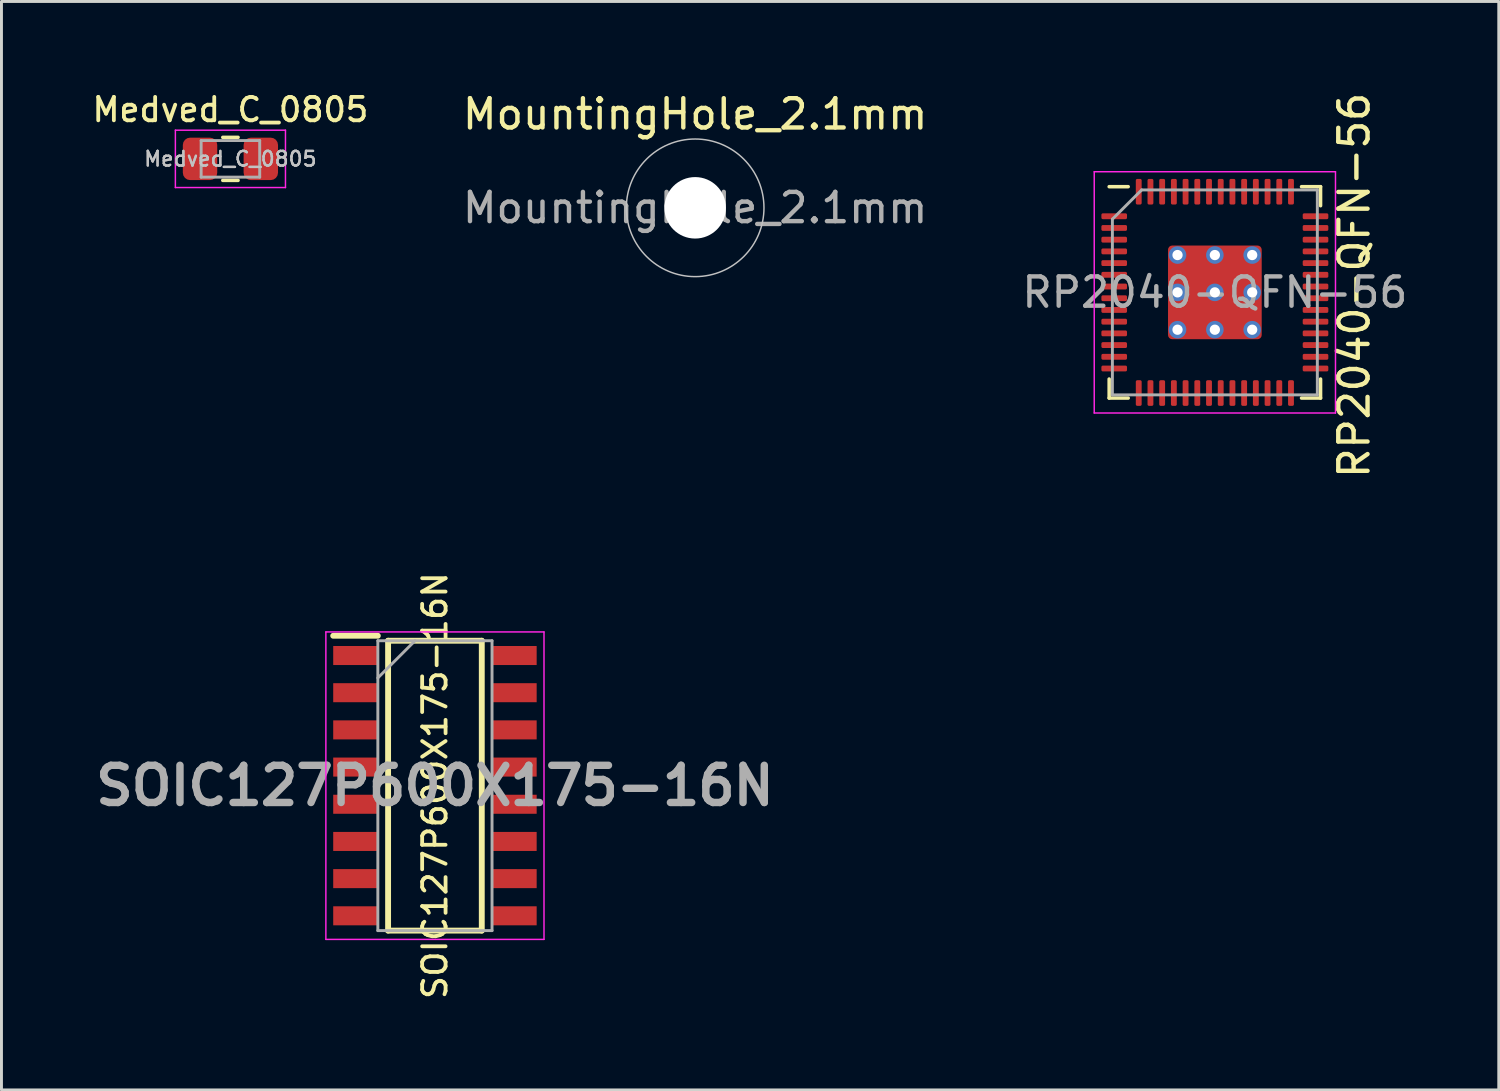
<source format=kicad_pcb>
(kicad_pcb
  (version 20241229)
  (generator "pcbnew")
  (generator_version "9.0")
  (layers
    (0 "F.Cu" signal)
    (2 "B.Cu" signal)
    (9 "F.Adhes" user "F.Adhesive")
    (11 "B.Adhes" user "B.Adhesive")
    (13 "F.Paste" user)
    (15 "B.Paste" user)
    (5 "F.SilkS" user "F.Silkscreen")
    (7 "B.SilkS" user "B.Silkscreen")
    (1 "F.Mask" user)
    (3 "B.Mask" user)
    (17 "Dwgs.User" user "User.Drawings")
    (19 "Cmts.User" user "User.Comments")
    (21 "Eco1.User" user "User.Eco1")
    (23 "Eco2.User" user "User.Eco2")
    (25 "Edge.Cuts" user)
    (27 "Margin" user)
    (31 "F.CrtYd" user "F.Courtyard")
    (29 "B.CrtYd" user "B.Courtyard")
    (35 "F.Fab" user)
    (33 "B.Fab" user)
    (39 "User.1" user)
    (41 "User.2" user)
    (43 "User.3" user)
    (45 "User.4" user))
  (footprint "SOIC127P600X175-16N"
    (layer "F.Cu")
    (at 11.805 23.784)
    (property "Reference" "SOIC127P600X175-16N" (at 0 0 90) (layer "F.SilkS") (effects (font (size 0.8 0.8) (thickness 0.13))))
    (attr smd)
    (fp_line (start -3.475 -5.12) (end -1.95 -5.12) (stroke (width 0.2) (type solid)) (layer "F.SilkS"))
    (fp_line (start -1.6 -4.95) (end 1.6 -4.95) (stroke (width 0.2) (type solid)) (layer "F.SilkS"))
    (fp_line (start -1.6 4.95) (end -1.6 -4.95) (stroke (width 0.2) (type solid)) (layer "F.SilkS"))
    (fp_line (start 1.6 -4.95) (end 1.6 4.95) (stroke (width 0.2) (type solid)) (layer "F.SilkS"))
    (fp_line (start 1.6 4.95) (end -1.6 4.95) (stroke (width 0.2) (type solid)) (layer "F.SilkS"))
    (fp_line (start -3.725 -5.25) (end 3.725 -5.25) (stroke (width 0.05) (type solid)) (layer "F.CrtYd"))
    (fp_line (start -3.725 5.25) (end -3.725 -5.25) (stroke (width 0.05) (type solid)) (layer "F.CrtYd"))
    (fp_line (start 3.725 -5.25) (end 3.725 5.25) (stroke (width 0.05) (type solid)) (layer "F.CrtYd"))
    (fp_line (start 3.725 5.25) (end -3.725 5.25) (stroke (width 0.05) (type solid)) (layer "F.CrtYd"))
    (fp_line (start -1.95 -4.95) (end 1.95 -4.95) (stroke (width 0.1) (type solid)) (layer "F.Fab"))
    (fp_line (start -1.95 -3.68) (end -0.68 -4.95) (stroke (width 0.1) (type solid)) (layer "F.Fab"))
    (fp_line (start -1.95 4.95) (end -1.95 -4.95) (stroke (width 0.1) (type solid)) (layer "F.Fab"))
    (fp_line (start 1.95 -4.95) (end 1.95 4.95) (stroke (width 0.1) (type solid)) (layer "F.Fab"))
    (fp_line (start 1.95 4.95) (end -1.95 4.95) (stroke (width 0.1) (type solid)) (layer "F.Fab"))
    (fp_text user "${REFERENCE}" (at 0 0 0) (layer "F.Fab") (effects (font (size 1.27 1.27) (thickness 0.254))))
    (pad "1" smd rect (at -2.712 -4.445 90) (size 0.65 1.525) (layers "F.Cu" "F.Mask" "F.Paste"))
    (pad "2" smd rect (at -2.712 -3.175 90) (size 0.65 1.525) (layers "F.Cu" "F.Mask" "F.Paste"))
    (pad "3" smd rect (at -2.712 -1.905 90) (size 0.65 1.525) (layers "F.Cu" "F.Mask" "F.Paste"))
    (pad "4" smd rect (at -2.712 -0.635 90) (size 0.65 1.525) (layers "F.Cu" "F.Mask" "F.Paste"))
    (pad "5" smd rect (at -2.712 0.635 90) (size 0.65 1.525) (layers "F.Cu" "F.Mask" "F.Paste"))
    (pad "6" smd rect (at -2.712 1.905 90) (size 0.65 1.525) (layers "F.Cu" "F.Mask" "F.Paste"))
    (pad "7" smd rect (at -2.712 3.175 90) (size 0.65 1.525) (layers "F.Cu" "F.Mask" "F.Paste"))
    (pad "8" smd rect (at -2.712 4.445 90) (size 0.65 1.525) (layers "F.Cu" "F.Mask" "F.Paste"))
    (pad "9" smd rect (at 2.712 4.445 90) (size 0.65 1.525) (layers "F.Cu" "F.Mask" "F.Paste"))
    (pad "10" smd rect (at 2.712 3.175 90) (size 0.65 1.525) (layers "F.Cu" "F.Mask" "F.Paste"))
    (pad "11" smd rect (at 2.712 1.905 90) (size 0.65 1.525) (layers "F.Cu" "F.Mask" "F.Paste"))
    (pad "12" smd rect (at 2.712 0.635 90) (size 0.65 1.525) (layers "F.Cu" "F.Mask" "F.Paste"))
    (pad "13" smd rect (at 2.712 -0.635 90) (size 0.65 1.525) (layers "F.Cu" "F.Mask" "F.Paste"))
    (pad "14" smd rect (at 2.712 -1.905 90) (size 0.65 1.525) (layers "F.Cu" "F.Mask" "F.Paste"))
    (pad "15" smd rect (at 2.712 -3.175 90) (size 0.65 1.525) (layers "F.Cu" "F.Mask" "F.Paste"))
    (pad "16" smd rect (at 2.712 -4.445 90) (size 0.65 1.525) (layers "F.Cu" "F.Mask" "F.Paste")))
  (footprint "RP2040-QFN-56"
    (layer "F.Cu")
    (at 38.443 6.936)
    (property "Reference" "RP2040-QFN-56" (at 4.76 -0.24 90) (layer "F.SilkS") (effects (font (size 1 1) (thickness 0.15))))
    (attr smd)
    (fp_line (start -3.61 3.61) (end -3.61 2.96) (stroke (width 0.12) (type solid)) (layer "F.SilkS"))
    (fp_line (start -2.96 -3.61) (end -3.61 -3.61) (stroke (width 0.12) (type solid)) (layer "F.SilkS"))
    (fp_line (start -2.96 3.61) (end -3.61 3.61) (stroke (width 0.12) (type solid)) (layer "F.SilkS"))
    (fp_line (start 2.96 -3.61) (end 3.61 -3.61) (stroke (width 0.12) (type solid)) (layer "F.SilkS"))
    (fp_line (start 2.96 3.61) (end 3.61 3.61) (stroke (width 0.12) (type solid)) (layer "F.SilkS"))
    (fp_line (start 3.61 -3.61) (end 3.61 -2.96) (stroke (width 0.12) (type solid)) (layer "F.SilkS"))
    (fp_line (start 3.61 3.61) (end 3.61 2.96) (stroke (width 0.12) (type solid)) (layer "F.SilkS"))
    (fp_line (start -4.12 -4.12) (end -4.12 4.12) (stroke (width 0.05) (type solid)) (layer "F.CrtYd"))
    (fp_line (start -4.12 4.12) (end 4.12 4.12) (stroke (width 0.05) (type solid)) (layer "F.CrtYd"))
    (fp_line (start 4.12 -4.12) (end -4.12 -4.12) (stroke (width 0.05) (type solid)) (layer "F.CrtYd"))
    (fp_line (start 4.12 4.12) (end 4.12 -4.12) (stroke (width 0.05) (type solid)) (layer "F.CrtYd"))
    (fp_line (start -3.5 -2.5) (end -2.5 -3.5) (stroke (width 0.1) (type solid)) (layer "F.Fab"))
    (fp_line (start -3.5 3.5) (end -3.5 -2.5) (stroke (width 0.1) (type solid)) (layer "F.Fab"))
    (fp_line (start -2.5 -3.5) (end 3.5 -3.5) (stroke (width 0.1) (type solid)) (layer "F.Fab"))
    (fp_line (start 3.5 -3.5) (end 3.5 3.5) (stroke (width 0.1) (type solid)) (layer "F.Fab"))
    (fp_line (start 3.5 3.5) (end -3.5 3.5) (stroke (width 0.1) (type solid)) (layer "F.Fab"))
    (fp_text user "${REFERENCE}" (at 0 0 0) (layer "F.Fab") (effects (font (size 1 1) (thickness 0.15))))
    (pad "" smd roundrect (at -0.637 -0.637) (size 1.084 1.084) (layers "F.Paste") (roundrect_rratio 0.231))
    (pad "" smd roundrect (at -0.637 0.637) (size 1.084 1.084) (layers "F.Paste") (roundrect_rratio 0.231))
    (pad "" smd roundrect (at 0.637 -0.637) (size 1.084 1.084) (layers "F.Paste") (roundrect_rratio 0.231))
    (pad "" smd roundrect (at 0.637 0.637) (size 1.084 1.084) (layers "F.Paste") (roundrect_rratio 0.231))
    (pad "1" smd roundrect (at -3.438 -2.6) (size 0.875 0.2) (layers "F.Cu" "F.Mask" "F.Paste") (roundrect_rratio 0.25))
    (pad "2" smd roundrect (at -3.438 -2.2) (size 0.875 0.2) (layers "F.Cu" "F.Mask" "F.Paste") (roundrect_rratio 0.25))
    (pad "3" smd roundrect (at -3.438 -1.8) (size 0.875 0.2) (layers "F.Cu" "F.Mask" "F.Paste") (roundrect_rratio 0.25))
    (pad "4" smd roundrect (at -3.438 -1.4) (size 0.875 0.2) (layers "F.Cu" "F.Mask" "F.Paste") (roundrect_rratio 0.25))
    (pad "5" smd roundrect (at -3.438 -1) (size 0.875 0.2) (layers "F.Cu" "F.Mask" "F.Paste") (roundrect_rratio 0.25))
    (pad "6" smd roundrect (at -3.438 -0.6) (size 0.875 0.2) (layers "F.Cu" "F.Mask" "F.Paste") (roundrect_rratio 0.25))
    (pad "7" smd roundrect (at -3.438 -0.2) (size 0.875 0.2) (layers "F.Cu" "F.Mask" "F.Paste") (roundrect_rratio 0.25))
    (pad "8" smd roundrect (at -3.438 0.2) (size 0.875 0.2) (layers "F.Cu" "F.Mask" "F.Paste") (roundrect_rratio 0.25))
    (pad "9" smd roundrect (at -3.438 0.6) (size 0.875 0.2) (layers "F.Cu" "F.Mask" "F.Paste") (roundrect_rratio 0.25))
    (pad "10" smd roundrect (at -3.438 1) (size 0.875 0.2) (layers "F.Cu" "F.Mask" "F.Paste") (roundrect_rratio 0.25))
    (pad "11" smd roundrect (at -3.438 1.4) (size 0.875 0.2) (layers "F.Cu" "F.Mask" "F.Paste") (roundrect_rratio 0.25))
    (pad "12" smd roundrect (at -3.438 1.8) (size 0.875 0.2) (layers "F.Cu" "F.Mask" "F.Paste") (roundrect_rratio 0.25))
    (pad "13" smd roundrect (at -3.438 2.2) (size 0.875 0.2) (layers "F.Cu" "F.Mask" "F.Paste") (roundrect_rratio 0.25))
    (pad "14" smd roundrect (at -3.438 2.6) (size 0.875 0.2) (layers "F.Cu" "F.Mask" "F.Paste") (roundrect_rratio 0.25))
    (pad "15" smd roundrect (at -2.6 3.438) (size 0.2 0.875) (layers "F.Cu" "F.Mask" "F.Paste") (roundrect_rratio 0.25))
    (pad "16" smd roundrect (at -2.2 3.438) (size 0.2 0.875) (layers "F.Cu" "F.Mask" "F.Paste") (roundrect_rratio 0.25))
    (pad "17" smd roundrect (at -1.8 3.438) (size 0.2 0.875) (layers "F.Cu" "F.Mask" "F.Paste") (roundrect_rratio 0.25))
    (pad "18" smd roundrect (at -1.4 3.438) (size 0.2 0.875) (layers "F.Cu" "F.Mask" "F.Paste") (roundrect_rratio 0.25))
    (pad "19" smd roundrect (at -1 3.438) (size 0.2 0.875) (layers "F.Cu" "F.Mask" "F.Paste") (roundrect_rratio 0.25))
    (pad "20" smd roundrect (at -0.6 3.438) (size 0.2 0.875) (layers "F.Cu" "F.Mask" "F.Paste") (roundrect_rratio 0.25))
    (pad "21" smd roundrect (at -0.2 3.438) (size 0.2 0.875) (layers "F.Cu" "F.Mask" "F.Paste") (roundrect_rratio 0.25))
    (pad "22" smd roundrect (at 0.2 3.438) (size 0.2 0.875) (layers "F.Cu" "F.Mask" "F.Paste") (roundrect_rratio 0.25))
    (pad "23" smd roundrect (at 0.6 3.438) (size 0.2 0.875) (layers "F.Cu" "F.Mask" "F.Paste") (roundrect_rratio 0.25))
    (pad "24" smd roundrect (at 1 3.438) (size 0.2 0.875) (layers "F.Cu" "F.Mask" "F.Paste") (roundrect_rratio 0.25))
    (pad "25" smd roundrect (at 1.4 3.438) (size 0.2 0.875) (layers "F.Cu" "F.Mask" "F.Paste") (roundrect_rratio 0.25))
    (pad "26" smd roundrect (at 1.8 3.438) (size 0.2 0.875) (layers "F.Cu" "F.Mask" "F.Paste") (roundrect_rratio 0.25))
    (pad "27" smd roundrect (at 2.2 3.438) (size 0.2 0.875) (layers "F.Cu" "F.Mask" "F.Paste") (roundrect_rratio 0.25))
    (pad "28" smd roundrect (at 2.6 3.438) (size 0.2 0.875) (layers "F.Cu" "F.Mask" "F.Paste") (roundrect_rratio 0.25))
    (pad "29" smd roundrect (at 3.438 2.6) (size 0.875 0.2) (layers "F.Cu" "F.Mask" "F.Paste") (roundrect_rratio 0.25))
    (pad "30" smd roundrect (at 3.438 2.2) (size 0.875 0.2) (layers "F.Cu" "F.Mask" "F.Paste") (roundrect_rratio 0.25))
    (pad "31" smd roundrect (at 3.438 1.8) (size 0.875 0.2) (layers "F.Cu" "F.Mask" "F.Paste") (roundrect_rratio 0.25))
    (pad "32" smd roundrect (at 3.438 1.4) (size 0.875 0.2) (layers "F.Cu" "F.Mask" "F.Paste") (roundrect_rratio 0.25))
    (pad "33" smd roundrect (at 3.438 1) (size 0.875 0.2) (layers "F.Cu" "F.Mask" "F.Paste") (roundrect_rratio 0.25))
    (pad "34" smd roundrect (at 3.438 0.6) (size 0.875 0.2) (layers "F.Cu" "F.Mask" "F.Paste") (roundrect_rratio 0.25))
    (pad "35" smd roundrect (at 3.438 0.2) (size 0.875 0.2) (layers "F.Cu" "F.Mask" "F.Paste") (roundrect_rratio 0.25))
    (pad "36" smd roundrect (at 3.438 -0.2) (size 0.875 0.2) (layers "F.Cu" "F.Mask" "F.Paste") (roundrect_rratio 0.25))
    (pad "37" smd roundrect (at 3.438 -0.6) (size 0.875 0.2) (layers "F.Cu" "F.Mask" "F.Paste") (roundrect_rratio 0.25))
    (pad "38" smd roundrect (at 3.438 -1) (size 0.875 0.2) (layers "F.Cu" "F.Mask" "F.Paste") (roundrect_rratio 0.25))
    (pad "39" smd roundrect (at 3.438 -1.4) (size 0.875 0.2) (layers "F.Cu" "F.Mask" "F.Paste") (roundrect_rratio 0.25))
    (pad "40" smd roundrect (at 3.438 -1.8) (size 0.875 0.2) (layers "F.Cu" "F.Mask" "F.Paste") (roundrect_rratio 0.25))
    (pad "41" smd roundrect (at 3.438 -2.2) (size 0.875 0.2) (layers "F.Cu" "F.Mask" "F.Paste") (roundrect_rratio 0.25))
    (pad "42" smd roundrect (at 3.438 -2.6) (size 0.875 0.2) (layers "F.Cu" "F.Mask" "F.Paste") (roundrect_rratio 0.25))
    (pad "43" smd roundrect (at 2.6 -3.438) (size 0.2 0.875) (layers "F.Cu" "F.Mask" "F.Paste") (roundrect_rratio 0.25))
    (pad "44" smd roundrect (at 2.2 -3.438) (size 0.2 0.875) (layers "F.Cu" "F.Mask" "F.Paste") (roundrect_rratio 0.25))
    (pad "45" smd roundrect (at 1.8 -3.438) (size 0.2 0.875) (layers "F.Cu" "F.Mask" "F.Paste") (roundrect_rratio 0.25))
    (pad "46" smd roundrect (at 1.4 -3.438) (size 0.2 0.875) (layers "F.Cu" "F.Mask" "F.Paste") (roundrect_rratio 0.25))
    (pad "47" smd roundrect (at 1 -3.438) (size 0.2 0.875) (layers "F.Cu" "F.Mask" "F.Paste") (roundrect_rratio 0.25))
    (pad "48" smd roundrect (at 0.6 -3.438) (size 0.2 0.875) (layers "F.Cu" "F.Mask" "F.Paste") (roundrect_rratio 0.25))
    (pad "49" smd roundrect (at 0.2 -3.438) (size 0.2 0.875) (layers "F.Cu" "F.Mask" "F.Paste") (roundrect_rratio 0.25))
    (pad "50" smd roundrect (at -0.2 -3.438) (size 0.2 0.875) (layers "F.Cu" "F.Mask" "F.Paste") (roundrect_rratio 0.25))
    (pad "51" smd roundrect (at -0.6 -3.438) (size 0.2 0.875) (layers "F.Cu" "F.Mask" "F.Paste") (roundrect_rratio 0.25))
    (pad "52" smd roundrect (at -1 -3.438) (size 0.2 0.875) (layers "F.Cu" "F.Mask" "F.Paste") (roundrect_rratio 0.25))
    (pad "53" smd roundrect (at -1.4 -3.438) (size 0.2 0.875) (layers "F.Cu" "F.Mask" "F.Paste") (roundrect_rratio 0.25))
    (pad "54" smd roundrect (at -1.8 -3.438) (size 0.2 0.875) (layers "F.Cu" "F.Mask" "F.Paste") (roundrect_rratio 0.25))
    (pad "55" smd roundrect (at -2.2 -3.438) (size 0.2 0.875) (layers "F.Cu" "F.Mask" "F.Paste") (roundrect_rratio 0.25))
    (pad "56" smd roundrect (at -2.6 -3.438) (size 0.2 0.875) (layers "F.Cu" "F.Mask" "F.Paste") (roundrect_rratio 0.25))
    (pad "57" thru_hole circle (at -1.275 -1.275) (size 0.6 0.6) (drill 0.35) (layers "*.Cu"))
    (pad "57" thru_hole circle (at -1.275 0) (size 0.6 0.6) (drill 0.35) (layers "*.Cu"))
    (pad "57" thru_hole circle (at -1.275 1.275) (size 0.6 0.6) (drill 0.35) (layers "*.Cu"))
    (pad "57" thru_hole circle (at 0 -1.275) (size 0.6 0.6) (drill 0.35) (layers "*.Cu"))
    (pad "57" thru_hole circle (at 0 0) (size 0.6 0.6) (drill 0.35) (layers "*.Cu"))
    (pad "57" smd roundrect (at 0 0) (size 3.2 3.2) (layers "F.Cu" "F.Mask") (roundrect_rratio 0.045))
    (pad "57" thru_hole circle (at 0 1.275) (size 0.6 0.6) (drill 0.35) (layers "*.Cu"))
    (pad "57" thru_hole circle (at 1.275 -1.275) (size 0.6 0.6) (drill 0.35) (layers "*.Cu"))
    (pad "57" thru_hole circle (at 1.275 0) (size 0.6 0.6) (drill 0.35) (layers "*.Cu"))
    (pad "57" thru_hole circle (at 1.275 1.275) (size 0.6 0.6) (drill 0.35) (layers "*.Cu")))
  (footprint "Medved_C_0805"
    (layer "F.Cu")
    (at 4.82 2.376)
    (property "Reference" "Medved_C_0805" (at 0 -1.68 0) (layer "F.SilkS") (effects (font (size 0.8 0.8) (thickness 0.13))))
    (property "Value" "Medved_C_0805" (at 0 1.68 0) (layer "F.Fab") (hide yes) (effects (font (size 1 1) (thickness 0.15))))
    (attr smd)
    (fp_line (start -0.261 -0.735) (end 0.261 -0.735) (stroke (width 0.12) (type solid)) (layer "F.SilkS"))
    (fp_line (start -0.261 0.735) (end 0.261 0.735) (stroke (width 0.12) (type solid)) (layer "F.SilkS"))
    (fp_line (start -1.88 -0.98) (end 1.88 -0.98) (stroke (width 0.05) (type solid)) (layer "F.CrtYd"))
    (fp_line (start -1.88 0.98) (end -1.88 -0.98) (stroke (width 0.05) (type solid)) (layer "F.CrtYd"))
    (fp_line (start 1.88 -0.98) (end 1.88 0.98) (stroke (width 0.05) (type solid)) (layer "F.CrtYd"))
    (fp_line (start 1.88 0.98) (end -1.88 0.98) (stroke (width 0.05) (type solid)) (layer "F.CrtYd"))
    (fp_line (start -1 -0.625) (end 1 -0.625) (stroke (width 0.1) (type solid)) (layer "F.Fab"))
    (fp_line (start -1 0.625) (end -1 -0.625) (stroke (width 0.1) (type solid)) (layer "F.Fab"))
    (fp_line (start 1 -0.625) (end 1 0.625) (stroke (width 0.1) (type solid)) (layer "F.Fab"))
    (fp_line (start 1 0.625) (end -1 0.625) (stroke (width 0.1) (type solid)) (layer "F.Fab"))
    (fp_text user "${VALUE}" (at 0 0 0) (layer "Dwgs.User") (effects (font (size 0.5 0.5) (thickness 0.08))))
    (fp_text user "${REFERENCE}" (at 0 0 0) (layer "F.Fab") (effects (font (size 0.5 0.5) (thickness 0.08))))
    (pad "1" smd roundrect (at -1.038 0) (size 1.175 1.45) (layers "F.Cu" "F.Mask" "F.Paste") (roundrect_rratio 0.213))
    (pad "2" smd roundrect (at 1.038 0) (size 1.175 1.45) (layers "F.Cu" "F.Mask" "F.Paste") (roundrect_rratio 0.213)))
  (footprint "MountingHole_2.1mm"
    (layer "F.Cu")
    (at 20.693 4.048)
    (property "Reference" "MountingHole_2.1mm" (at 0 -3.2 0) (layer "F.SilkS") (effects (font (size 1 1) (thickness 0.15))))
    (attr exclude_from_pos_files exclude_from_bom)
    (fp_circle (center 0 0) (end 2.35 0) (stroke (width 0.05) (type solid)) (fill no) (layer "Dwgs.User"))
    (fp_text user "${REFERENCE}" (at 0 0 0) (layer "F.Fab") (effects (font (size 1 1) (thickness 0.15))))
    (pad "" np_thru_hole circle (at 0 0) (size 2.1 2.1) (drill 2.1) (layers "*.Cu" "*.Mask")))
  (gr_rect
    (start -3 -3)
    (end 48.14 34.175)
    (stroke (width 0.1) (type default))
    (fill no)
    (layer "Edge.Cuts")))
</source>
